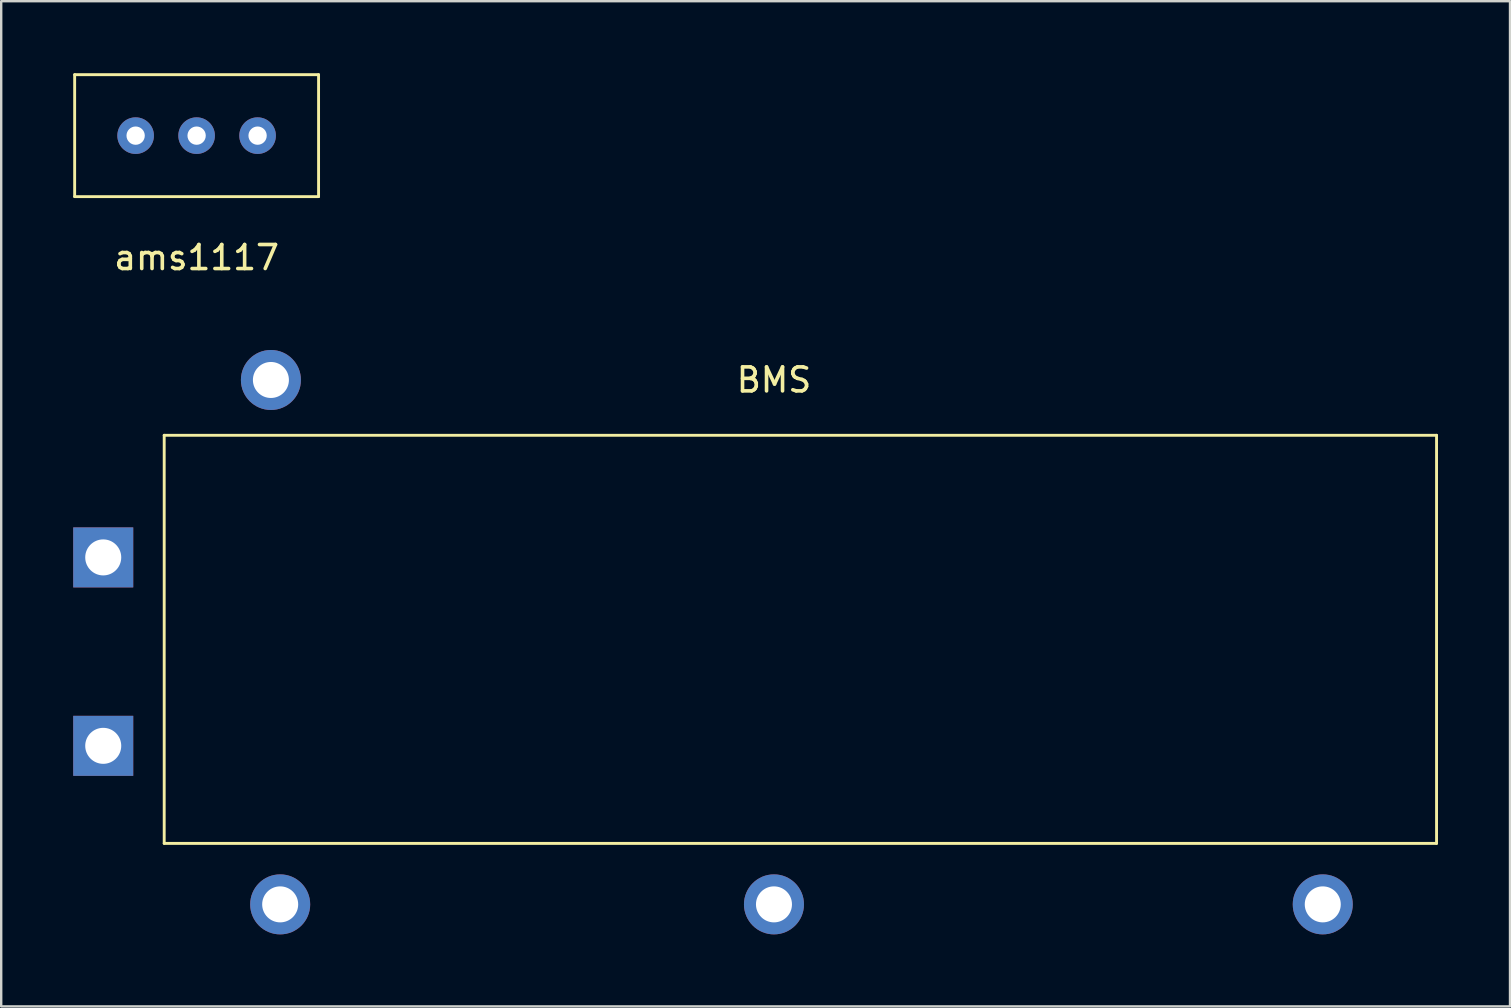
<source format=kicad_pcb>
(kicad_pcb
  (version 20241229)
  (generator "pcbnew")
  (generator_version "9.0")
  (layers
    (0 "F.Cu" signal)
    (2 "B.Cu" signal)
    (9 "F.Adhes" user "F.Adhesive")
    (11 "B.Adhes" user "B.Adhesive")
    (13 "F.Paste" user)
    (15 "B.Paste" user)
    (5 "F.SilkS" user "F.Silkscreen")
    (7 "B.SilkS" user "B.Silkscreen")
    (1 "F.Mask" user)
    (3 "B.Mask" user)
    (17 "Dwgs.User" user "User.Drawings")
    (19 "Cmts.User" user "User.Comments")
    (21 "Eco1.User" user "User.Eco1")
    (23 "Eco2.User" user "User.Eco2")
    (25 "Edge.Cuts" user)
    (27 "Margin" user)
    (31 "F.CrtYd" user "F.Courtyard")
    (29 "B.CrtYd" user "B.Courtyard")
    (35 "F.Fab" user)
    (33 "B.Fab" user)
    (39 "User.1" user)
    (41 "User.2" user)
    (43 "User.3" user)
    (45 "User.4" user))
  (footprint "ams1117"
    (layer "F.Cu")
    (at 5.14 2.6)
    (property "Reference" "ams1117" (at 0 5.08 0) (layer "F.SilkS") (effects (font (size 1 1) (thickness 0.15))))
    (attr through_hole)
    (fp_line (start -5.08 -2.54) (end 5.08 -2.54) (stroke (width 0.12) (type solid)) (layer "F.SilkS"))
    (fp_line (start -5.08 2.54) (end -5.08 -2.54) (stroke (width 0.12) (type solid)) (layer "F.SilkS"))
    (fp_line (start 5.08 -2.54) (end 5.08 2.54) (stroke (width 0.12) (type solid)) (layer "F.SilkS"))
    (fp_line (start 5.08 2.54) (end -5.08 2.54) (stroke (width 0.12) (type solid)) (layer "F.SilkS"))
    (pad "1" thru_hole circle (at -2.54 0) (size 1.524 1.524) (drill 0.762) (layers "*.Cu" "*.Mask"))
    (pad "2" thru_hole circle (at 0 0) (size 1.524 1.524) (drill 0.762) (layers "*.Cu" "*.Mask"))
    (pad "3" thru_hole circle (at 2.54 0) (size 1.524 1.524) (drill 0.762) (layers "*.Cu" "*.Mask")))
  (footprint "BMS"
    (layer "F.Cu")
    (at 3.79 32.082)
    (property "Reference" "BMS" (at 25.4 -19.304 0) (layer "F.SilkS") (effects (font (size 1 1) (thickness 0.15))))
    (attr through_hole)
    (fp_line (start 0 -17) (end 0 0) (stroke (width 0.12) (type solid)) (layer "F.SilkS"))
    (fp_line (start 0 0) (end 53 0) (stroke (width 0.12) (type solid)) (layer "F.SilkS"))
    (fp_line (start 53 -17) (end 0 -17) (stroke (width 0.12) (type solid)) (layer "F.SilkS"))
    (fp_line (start 53 0) (end 53 -17) (stroke (width 0.12) (type solid)) (layer "F.SilkS"))
    (pad "1" thru_hole rect (at -2.54 -11.913) (size 2.5 2.5) (drill 1.5) (layers "*.Cu" "*.Mask"))
    (pad "2" thru_hole rect (at -2.54 -4.064) (size 2.5 2.5) (drill 1.5) (layers "*.Cu" "*.Mask"))
    (pad "3" thru_hole circle (at 4.445 -19.304) (size 2.5 2.5) (drill 1.5) (layers "*.Cu" "*.Mask"))
    (pad "4" thru_hole circle (at 25.4 2.54) (size 2.5 2.5) (drill 1.5) (layers "*.Cu" "*.Mask"))
    (pad "5" thru_hole circle (at 48.26 2.54) (size 2.5 2.5) (drill 1.5) (layers "*.Cu" "*.Mask"))
    (pad "6" thru_hole circle (at 4.831 2.54) (size 2.5 2.5) (drill 1.5) (layers "*.Cu" "*.Mask")))
  (gr_rect
    (start -3 -3)
    (end 59.85 38.872)
    (stroke (width 0.1) (type default))
    (fill no)
    (layer "Edge.Cuts")))
</source>
